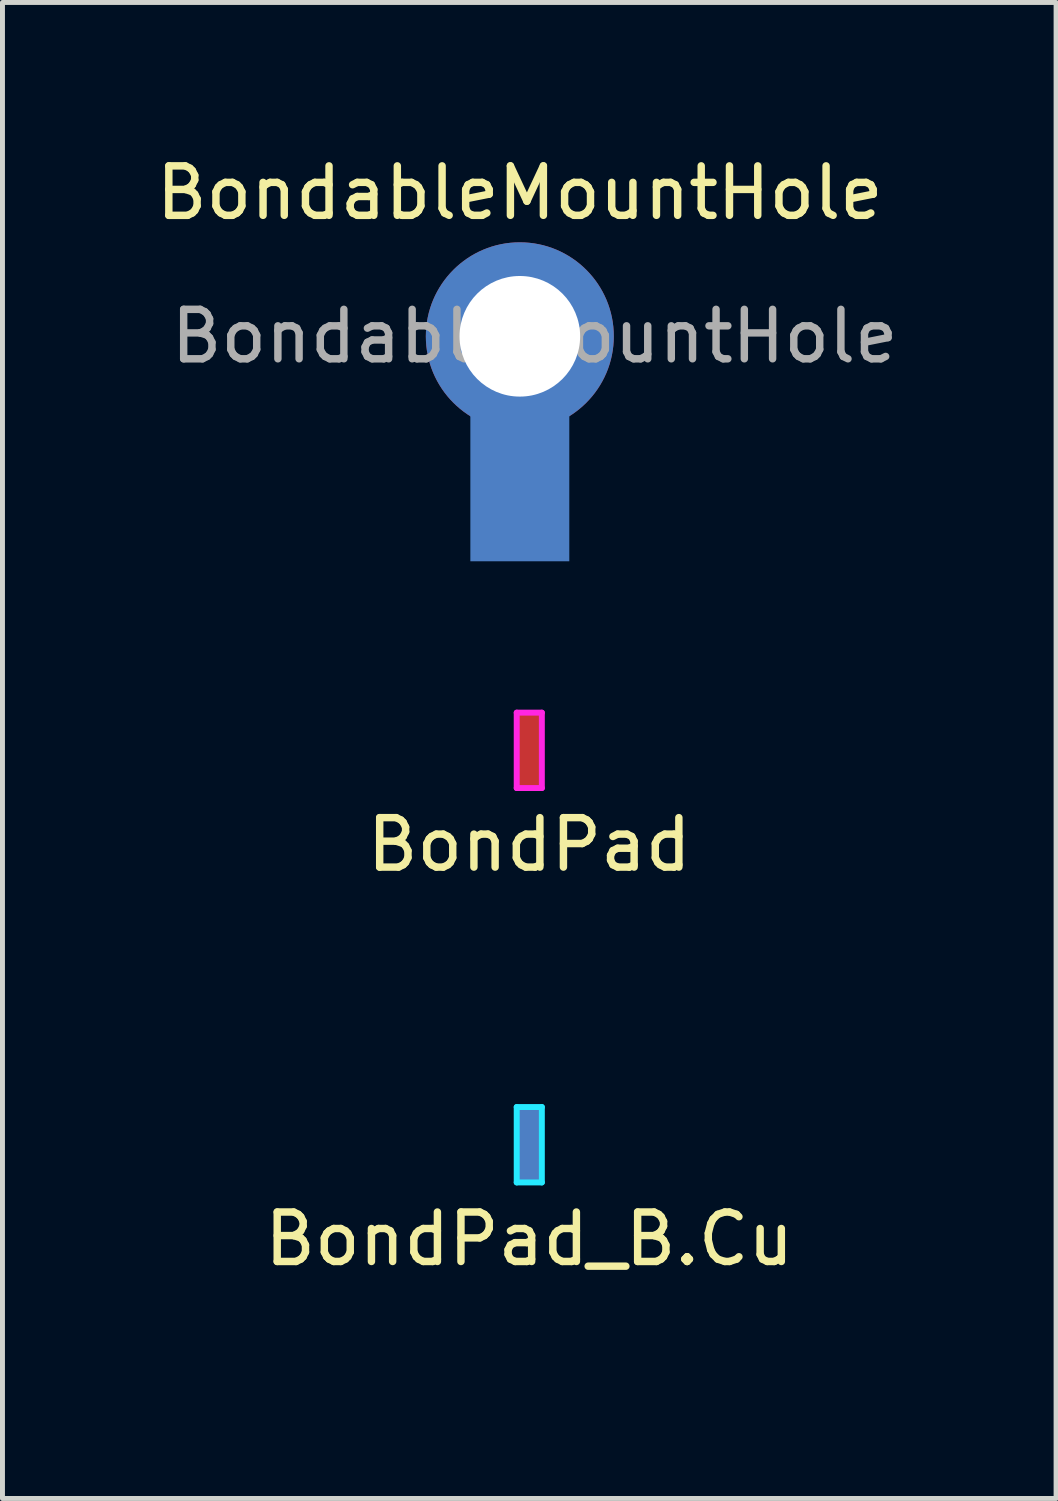
<source format=kicad_pcb>
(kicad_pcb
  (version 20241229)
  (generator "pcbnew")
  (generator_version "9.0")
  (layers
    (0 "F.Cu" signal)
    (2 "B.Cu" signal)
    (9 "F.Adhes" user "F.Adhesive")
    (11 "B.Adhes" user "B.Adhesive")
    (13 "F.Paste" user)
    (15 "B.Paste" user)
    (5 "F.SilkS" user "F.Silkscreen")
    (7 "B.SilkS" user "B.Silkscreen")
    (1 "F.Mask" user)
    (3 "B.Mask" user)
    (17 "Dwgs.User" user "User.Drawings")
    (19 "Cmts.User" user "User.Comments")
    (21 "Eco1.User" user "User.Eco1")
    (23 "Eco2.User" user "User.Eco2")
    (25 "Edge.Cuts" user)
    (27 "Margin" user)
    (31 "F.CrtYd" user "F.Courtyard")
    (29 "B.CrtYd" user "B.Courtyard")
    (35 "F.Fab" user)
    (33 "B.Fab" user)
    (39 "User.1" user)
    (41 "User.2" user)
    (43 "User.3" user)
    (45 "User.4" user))
  (footprint "BondPad"
    (layer "F.Cu")
    (at 7.649 12.118)
    (property "Reference" "BondPad" (at 0 1.905 0) (layer "F.SilkS") (effects (font (size 1 1) (thickness 0.15))))
    (attr through_hole)
    (fp_line (start -0.254 -0.762) (end 0.254 -0.762) (stroke (width 0.12) (type solid)) (layer "F.CrtYd"))
    (fp_line (start -0.254 0.762) (end -0.254 -0.762) (stroke (width 0.12) (type solid)) (layer "F.CrtYd"))
    (fp_line (start 0.254 -0.762) (end 0.254 0.762) (stroke (width 0.12) (type solid)) (layer "F.CrtYd"))
    (fp_line (start 0.254 0.762) (end -0.254 0.762) (stroke (width 0.12) (type solid)) (layer "F.CrtYd"))
    (fp_text user "Soft gold Bond Pad" (at 0 3.302 0) (layer "Eco1.User") (effects (font (size 1 1) (thickness 0.15))))
    (pad "1" smd rect (at 0 0) (size 0.457 1.524) (layers "F.Cu" "F.Mask" "F.Paste")))
  (footprint "BondableMountHole"
    (layer "F.Cu")
    (at 7.458 3.748)
    (property "Reference" "BondableMountHole" (at 0 -2.9 0) (layer "F.SilkS") (effects (font (size 1 1) (thickness 0.15))))
    (attr exclude_from_pos_files exclude_from_bom)
    (fp_text user "${REFERENCE}" (at 0.3 0 0) (layer "F.Fab") (effects (font (size 1 1) (thickness 0.15))))
    (pad "1" thru_hole circle (at 0 0) (size 2.6 2.6) (drill 2.438) (layers "*.Cu" "*.Mask"))
    (pad "1" connect circle (at 0 0) (size 3.8 3.8) (layers "F.Cu" "F.Mask"))
    (pad "1" connect circle (at 0 0) (size 3.8 3.8) (layers "B.Cu" "B.Mask"))
    (pad "1" smd rect (at 0 3.048) (size 2 3) (layers "F.Mask" "B.Cu" "F.Paste")))
  (footprint "BondPad_B.Cu"
    (layer "F.Cu")
    (at 7.649 20.09)
    (property "Reference" "BondPad_B.Cu" (at 0 1.905 0) (layer "F.SilkS") (effects (font (size 1 1) (thickness 0.15))))
    (attr through_hole)
    (fp_line (start -0.254 -0.762) (end -0.254 0.762) (stroke (width 0.12) (type solid)) (layer "B.CrtYd"))
    (fp_line (start -0.254 0.762) (end 0.254 0.762) (stroke (width 0.12) (type solid)) (layer "B.CrtYd"))
    (fp_line (start 0.254 -0.762) (end -0.254 -0.762) (stroke (width 0.12) (type solid)) (layer "B.CrtYd"))
    (fp_line (start 0.254 0.762) (end 0.254 -0.762) (stroke (width 0.12) (type solid)) (layer "B.CrtYd"))
    (fp_text user "Soft gold Bond Pad" (at 0 3.302 0) (layer "Eco1.User") (effects (font (size 1 1) (thickness 0.15))))
    (pad "1" smd rect (at 0 0) (size 0.457 1.524) (layers "B.Cu" "B.Mask" "B.Paste")))
  (gr_rect
    (start -3 -3)
    (end 18.298 27.241)
    (stroke (width 0.1) (type default))
    (fill no)
    (layer "Edge.Cuts")))
</source>
